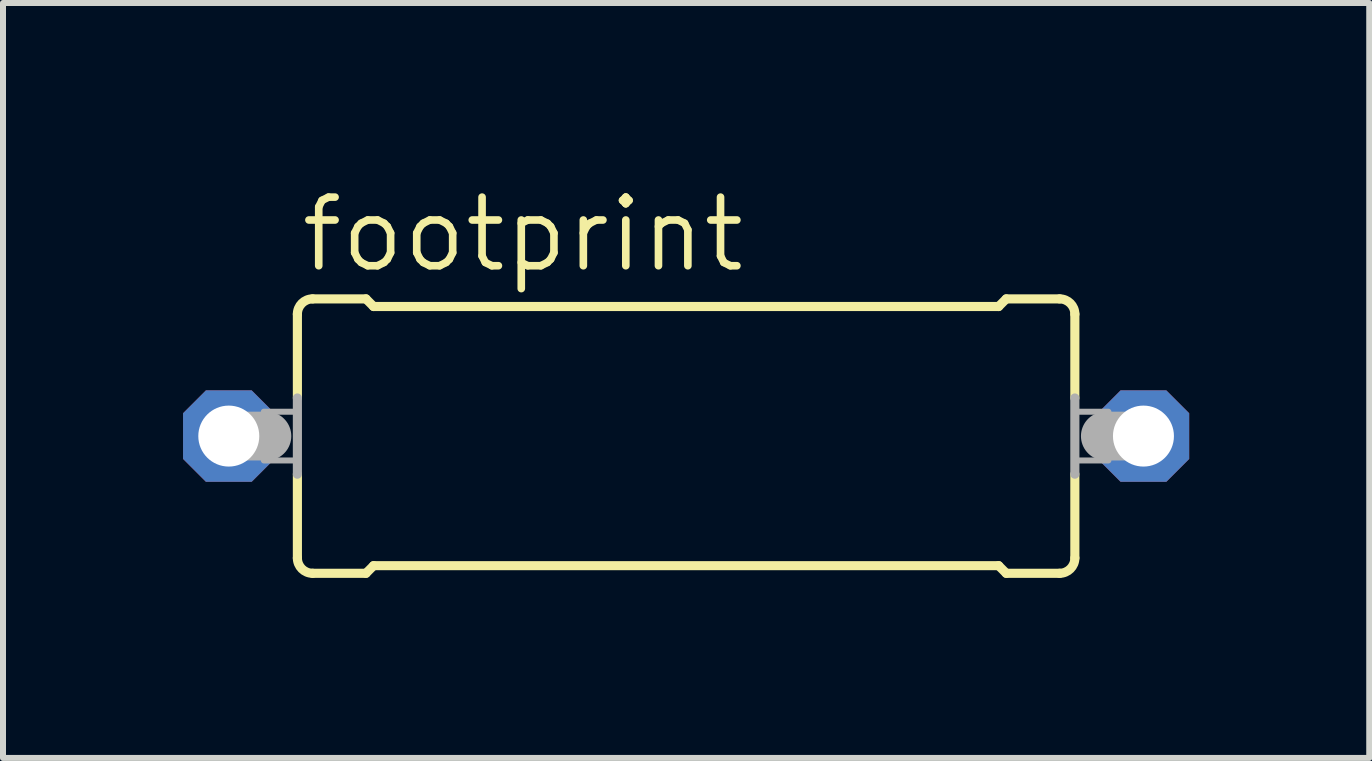
<source format=kicad_pcb>
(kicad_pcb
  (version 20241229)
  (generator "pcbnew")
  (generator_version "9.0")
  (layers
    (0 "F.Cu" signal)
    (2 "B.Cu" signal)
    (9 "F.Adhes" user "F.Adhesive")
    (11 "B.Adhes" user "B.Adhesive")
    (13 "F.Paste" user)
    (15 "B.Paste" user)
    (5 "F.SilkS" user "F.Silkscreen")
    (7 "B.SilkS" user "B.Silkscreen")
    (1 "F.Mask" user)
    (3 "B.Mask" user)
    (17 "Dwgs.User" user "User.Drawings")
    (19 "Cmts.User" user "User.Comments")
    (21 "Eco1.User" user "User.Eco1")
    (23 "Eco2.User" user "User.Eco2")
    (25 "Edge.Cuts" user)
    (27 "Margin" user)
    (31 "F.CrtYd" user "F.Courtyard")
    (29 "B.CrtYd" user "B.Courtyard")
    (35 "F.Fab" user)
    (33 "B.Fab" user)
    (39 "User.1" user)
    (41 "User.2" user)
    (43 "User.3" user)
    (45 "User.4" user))
  (footprint "footprint"
    (layer "F.Cu")
    (at 8.382 4.216)
    (property "Reference" "footprint" (at -6.477 -2.692 0) (layer "F.SilkS") (effects (font (size 1.143 1.143) (thickness 0.127)) (justify left bottom)))
    (fp_line (start -6.477 -0.635) (end -6.477 -2.032) (stroke (width 0.152) (type solid)) (layer "F.SilkS"))
    (fp_line (start -6.477 2.032) (end -6.477 0.635) (stroke (width 0.152) (type solid)) (layer "F.SilkS"))
    (fp_line (start -6.223 -2.286) (end -5.334 -2.286) (stroke (width 0.152) (type solid)) (layer "F.SilkS"))
    (fp_line (start -6.223 2.286) (end -5.334 2.286) (stroke (width 0.152) (type solid)) (layer "F.SilkS"))
    (fp_line (start -5.207 -2.159) (end -5.334 -2.286) (stroke (width 0.152) (type solid)) (layer "F.SilkS"))
    (fp_line (start -5.207 2.159) (end -5.334 2.286) (stroke (width 0.152) (type solid)) (layer "F.SilkS"))
    (fp_line (start 5.207 -2.159) (end -5.207 -2.159) (stroke (width 0.152) (type solid)) (layer "F.SilkS"))
    (fp_line (start 5.207 -2.159) (end 5.334 -2.286) (stroke (width 0.152) (type solid)) (layer "F.SilkS"))
    (fp_line (start 5.207 2.159) (end -5.207 2.159) (stroke (width 0.152) (type solid)) (layer "F.SilkS"))
    (fp_line (start 5.207 2.159) (end 5.334 2.286) (stroke (width 0.152) (type solid)) (layer "F.SilkS"))
    (fp_line (start 6.223 -2.286) (end 5.334 -2.286) (stroke (width 0.152) (type solid)) (layer "F.SilkS"))
    (fp_line (start 6.223 2.286) (end 5.334 2.286) (stroke (width 0.152) (type solid)) (layer "F.SilkS"))
    (fp_line (start 6.477 -2.032) (end 6.477 -0.635) (stroke (width 0.152) (type solid)) (layer "F.SilkS"))
    (fp_line (start 6.477 0.635) (end 6.477 2.032) (stroke (width 0.152) (type solid)) (layer "F.SilkS"))
    (fp_arc (start -6.477 -2.032) (mid -6.402605 -2.211605) (end -6.223 -2.286) (stroke (width 0.1524) (type solid)) (layer "F.SilkS"))
    (fp_arc (start -6.223 2.286) (mid -6.402605 2.211605) (end -6.477 2.032) (stroke (width 0.1524) (type solid)) (layer "F.SilkS"))
    (fp_arc (start 6.223 -2.286) (mid 6.402605 -2.211605) (end 6.477 -2.032) (stroke (width 0.1524) (type solid)) (layer "F.SilkS"))
    (fp_arc (start 6.477 2.032) (mid 6.402605 2.211605) (end 6.223 2.286) (stroke (width 0.1524) (type solid)) (layer "F.SilkS"))
    (fp_line (start -7.62 0) (end -6.985 0) (stroke (width 0.813) (type solid)) (layer "F.Fab"))
    (fp_line (start -6.477 -0.635) (end -6.477 0.635) (stroke (width 0.152) (type solid)) (layer "F.Fab"))
    (fp_line (start 6.477 0.635) (end 6.477 -0.635) (stroke (width 0.152) (type solid)) (layer "F.Fab"))
    (fp_line (start 7.62 0) (end 6.985 0) (stroke (width 0.813) (type solid)) (layer "F.Fab"))
    (fp_poly (pts (xy -7.036 0.406) (xy -6.477 0.406) (xy -6.477 -0.406) (xy -7.036 -0.406)) (stroke (width 0.1) (type solid)) (fill no) (layer "F.Fab"))
    (fp_poly (pts (xy 6.477 0.406) (xy 7.036 0.406) (xy 7.036 -0.406) (xy 6.477 -0.406)) (stroke (width 0.1) (type solid)) (fill no) (layer "F.Fab"))
    (pad "1" thru_hole roundrect (at -7.62 0) (size 1.524 1.524) (drill 1.016) (layers "*.Cu" "*.Mask") (roundrect_rratio 0.25) (chamfer_ratio 0.25) (chamfer top_left top_right bottom_left bottom_right))
    (pad "2" thru_hole roundrect (at 7.62 0) (size 1.524 1.524) (drill 1.016) (layers "*.Cu" "*.Mask") (roundrect_rratio 0.25) (chamfer_ratio 0.25) (chamfer top_left top_right bottom_left bottom_right)))
  (gr_rect
    (start -3 -3)
    (end 19.764 9.579)
    (stroke (width 0.1) (type default))
    (fill no)
    (layer "Edge.Cuts")))
</source>
